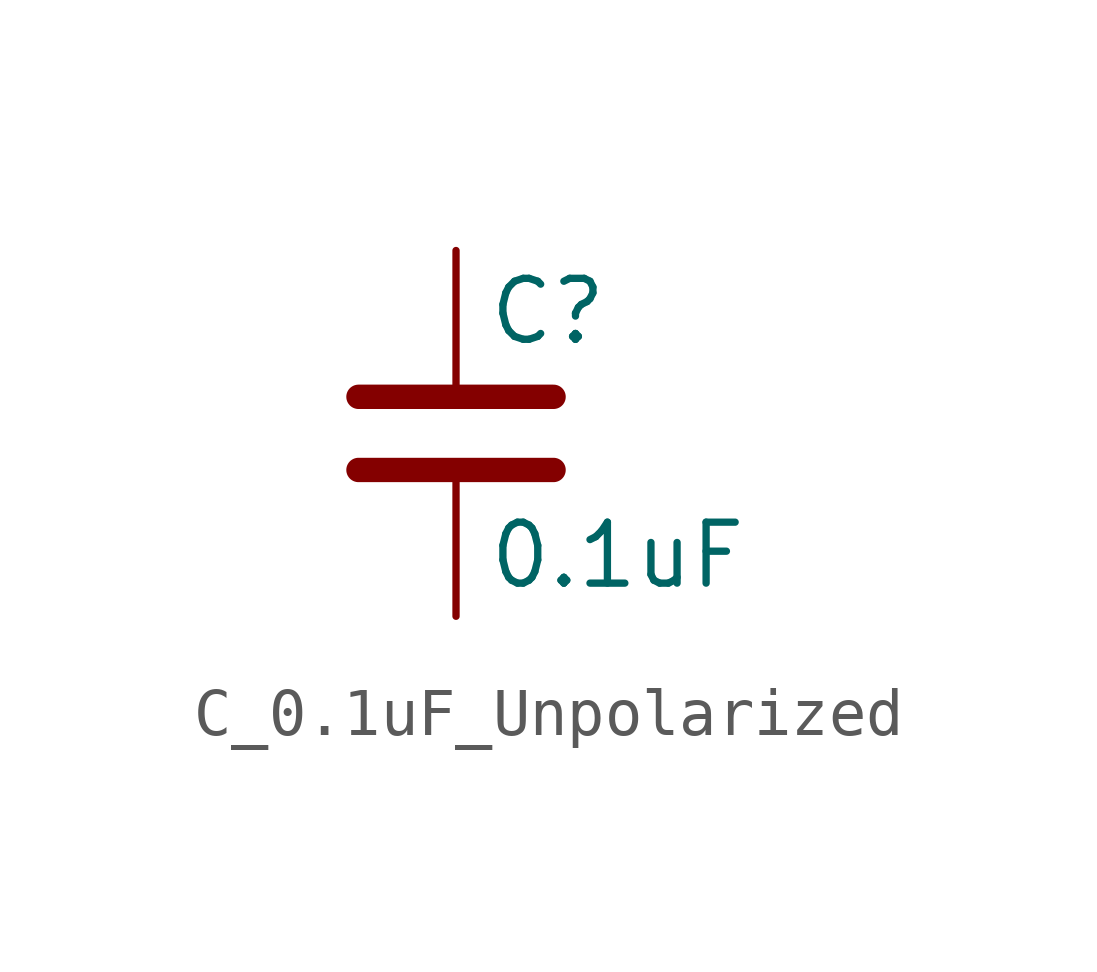
<source format=kicad_sym>
(kicad_symbol_lib
  (version 20231120)
  (generator "kicad_symbol_editor")
  (generator_version "8.0")
  (symbol "C_0.1uF_Unpolarized"
    (pin_numbers hide)
    (pin_names
      (offset 0.254))
    (property "Reference" "C"
      (at 0.635 2.54 0)
      (effects (font (size 1.27 1.27)) (justify left)))
    (property "Value" "0.1uF"
      (at 0.635 -2.54 0)
      (effects (font (size 1.27 1.27)) (justify left)))
    (symbol "C_0.1uF_Unpolarized_0_1"
      (polyline (pts (xy -2.032 -0.762) (xy 2.032 -0.762)) (stroke (width 0.508) (type default)) (fill (type none)))
      (polyline (pts (xy -2.032 0.762) (xy 2.032 0.762)) (stroke (width 0.508) (type default)) (fill (type none))))
    (symbol "C_0.1uF_Unpolarized_1_1"
      (pin passive line (at 0 3.81 270) (length 2.794) (name "~" (effects (font (size 1.27 1.27)))) (number "1" (effects (font (size 1.27 1.27)))))
      (pin passive line (at 0 -3.81 90) (length 2.794) (name "~" (effects (font (size 1.27 1.27)))) (number "2" (effects (font (size 1.27 1.27))))))))
</source>
